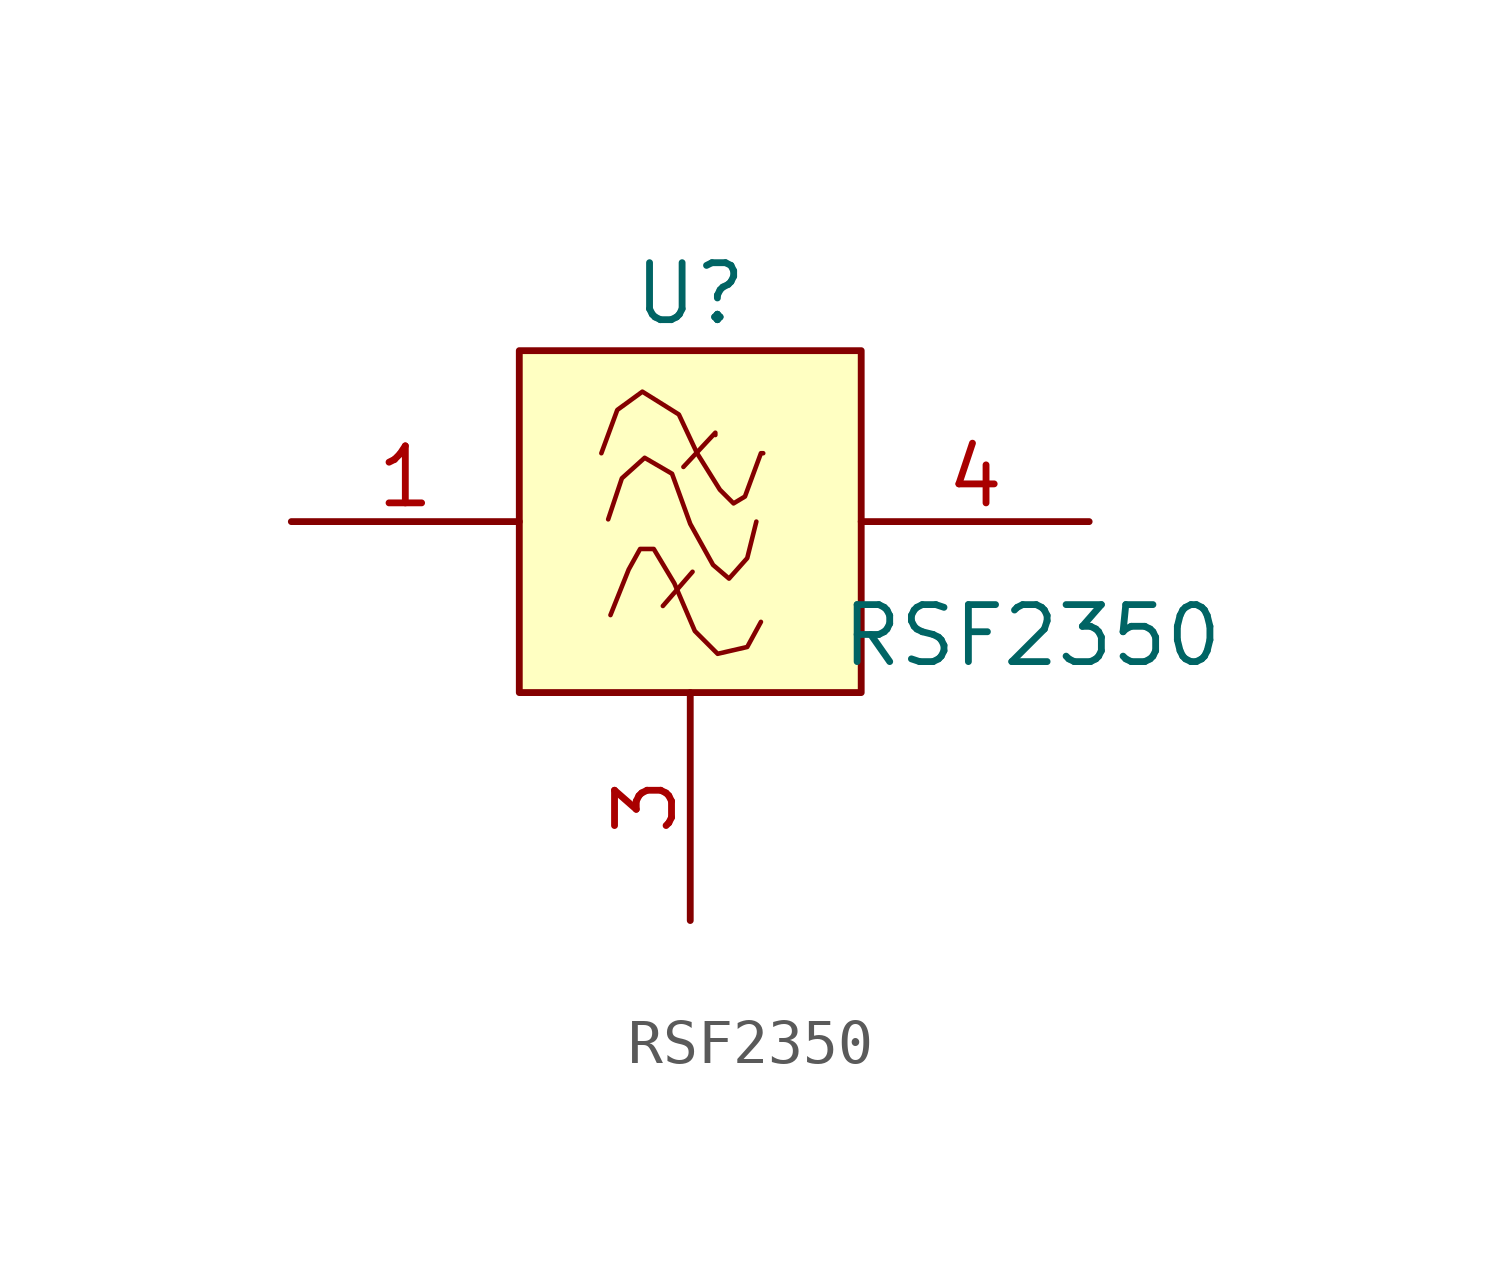
<source format=kicad_sym>
(kicad_symbol_lib
  (version 20211014)
  (generator kicad_symbol_editor)
  (symbol "RSF2350"
    (pin_names
      (offset 1.016))
    (property "Reference" "U"
      (at 0 5.08 0)
      (effects (font (size 1.27 1.27))))
    (property "Value" "RSF2350"
      (at 7.62 -2.54 0)
      (effects (font (size 1.27 1.27))))
    (symbol "RSF2350_0_1"
      (rectangle (start -3.81 3.81) (end 3.81 -3.81) (stroke (width 0) (type default) (color 0 0 0 0)) (fill (type background)))
      (polyline (pts (xy -0.61 -1.88) (xy 0.051 -1.118)) (stroke (width 0.102) (type default) (color 0 0 0 0)) (fill (type none)))
      (polyline (pts (xy -0.152 1.219) (xy 0.559 1.981) (xy 0.559 1.93)) (stroke (width 0.102) (type default) (color 0 0 0 0)) (fill (type none)))
      (polyline (pts (xy -1.829 0.051) (xy -1.524 0.965) (xy -1.016 1.422) (xy -0.406 1.067) (xy 0 -0.051) (xy 0.508 -0.965) (xy 0.864 -1.27) (xy 1.27 -0.813) (xy 1.473 0)) (stroke (width 0.102) (type default) (color 0 0 0 0)) (fill (type none)))
      (polyline (pts (xy -1.778 -2.083) (xy -1.372 -1.067) (xy -1.118 -0.61) (xy -0.813 -0.61) (xy -0.356 -1.372) (xy 0.102 -2.438) (xy 0.61 -2.946) (xy 1.27 -2.794) (xy 1.575 -2.235)) (stroke (width 0.102) (type default) (color 0 0 0 0)) (fill (type none)))
      (polyline (pts (xy -1.981 1.524) (xy -1.626 2.489) (xy -1.067 2.896) (xy -0.254 2.388) (xy 0.152 1.524) (xy 0.66 0.711) (xy 0.965 0.406) (xy 1.219 0.559) (xy 1.575 1.524) (xy 1.626 1.524)) (stroke (width 0.102) (type default) (color 0 0 0 0)) (fill (type none))))
    (symbol "RSF2350_1_1"
      (pin passive line (at -8.89 0 0) (length 5.08) (name "~" (effects (font (size 1.27 1.27)))) (number "1" (effects (font (size 1.27 1.27)))))
      (pin power_in line (at 0 -8.89 90) (length 5.08) hide (name "~" (effects (font (size 1.27 1.27)))) (number "2" (effects (font (size 1.27 1.27)))))
      (pin power_in line (at 0 -8.89 90) (length 5.08) (name "~" (effects (font (size 1.27 1.27)))) (number "3" (effects (font (size 1.27 1.27)))))
      (pin passive line (at 8.89 0 180) (length 5.08) (name "~" (effects (font (size 1.27 1.27)))) (number "4" (effects (font (size 1.27 1.27)))))
      (pin power_in line (at 0 -8.89 90) (length 5.08) hide (name "~" (effects (font (size 1.27 1.27)))) (number "5" (effects (font (size 1.27 1.27))))))))
</source>
